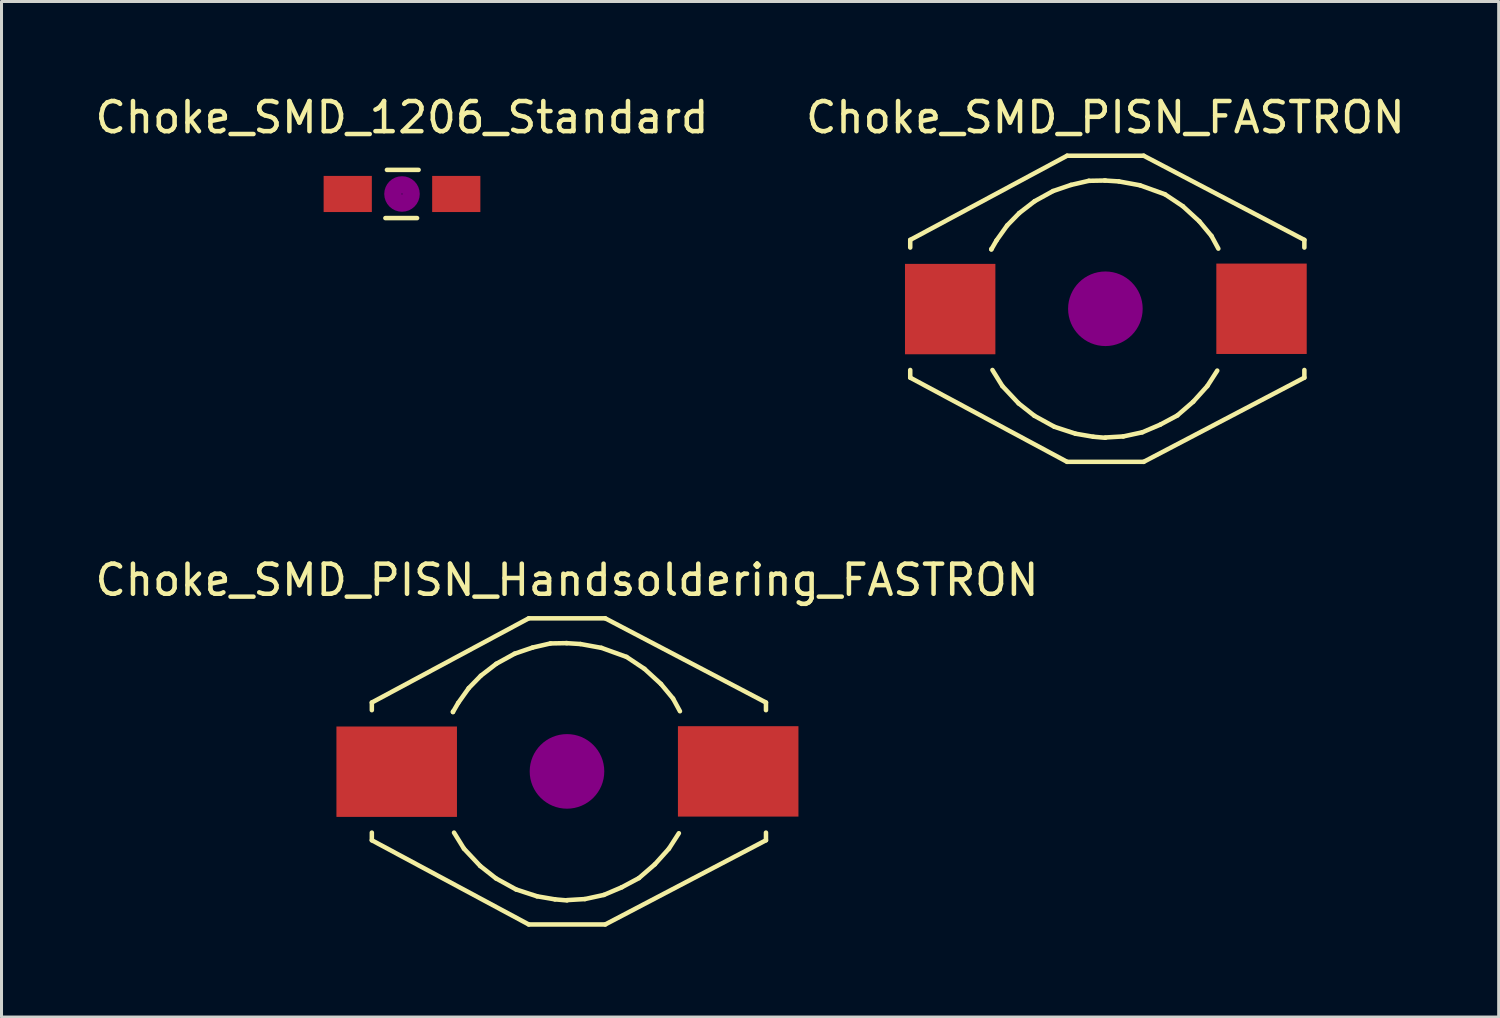
<source format=kicad_pcb>
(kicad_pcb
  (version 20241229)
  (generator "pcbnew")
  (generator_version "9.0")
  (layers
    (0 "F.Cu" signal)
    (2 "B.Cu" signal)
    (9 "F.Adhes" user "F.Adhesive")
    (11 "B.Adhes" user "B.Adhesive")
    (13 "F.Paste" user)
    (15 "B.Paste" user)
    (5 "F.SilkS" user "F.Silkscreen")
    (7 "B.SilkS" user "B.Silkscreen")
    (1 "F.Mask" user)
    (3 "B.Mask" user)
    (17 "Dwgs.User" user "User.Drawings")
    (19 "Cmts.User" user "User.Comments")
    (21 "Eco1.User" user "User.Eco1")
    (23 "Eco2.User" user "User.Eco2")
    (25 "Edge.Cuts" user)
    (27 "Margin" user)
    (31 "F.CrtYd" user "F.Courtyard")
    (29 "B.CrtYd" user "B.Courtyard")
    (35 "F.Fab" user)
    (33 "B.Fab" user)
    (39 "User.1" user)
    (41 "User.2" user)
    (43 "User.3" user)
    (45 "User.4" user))
  (footprint "Choke_SMD_1206_Standard"
    (layer "F.Cu")
    (at 10.292 3.388)
    (property "Reference" "Choke_SMD_1206_Standard" (at 0 -2.54 0) (layer "F.SilkS") (effects (font (size 1 1) (thickness 0.15))))
    (attr smd)
    (fp_line (start -0.551 0.8) (end 0.5 0.8) (stroke (width 0.15) (type solid)) (layer "F.SilkS"))
    (fp_line (start 0.551 -0.8) (end -0.5 -0.8) (stroke (width 0.15) (type solid)) (layer "F.SilkS"))
    (fp_circle (center 0 0) (end 0.201 -0.051) (stroke (width 0.381) (type solid)) (fill no) (layer "F.Adhes"))
    (fp_circle (center 0 0) (end 0.399 0) (stroke (width 0.381) (type solid)) (fill no) (layer "F.Adhes"))
    (pad "1" smd rect (at -1.801 0) (size 1.6 1.199) (layers "F.Cu" "F.Mask" "F.Paste"))
    (pad "2" smd rect (at 1.801 0) (size 1.6 1.199) (layers "F.Cu" "F.Mask" "F.Paste")))
  (footprint "Choke_SMD_PISN_Handsoldering_FASTRON"
    (layer "F.Cu")
    (at 15.768 22.552)
    (property "Reference" "Choke_SMD_PISN_Handsoldering_FASTRON" (at 0 -6.35 0) (layer "F.SilkS") (effects (font (size 1 1) (thickness 0.15))))
    (attr smd)
    (fp_line (start -6.477 -2.286) (end -6.477 -2.032) (stroke (width 0.15) (type solid)) (layer "F.SilkS"))
    (fp_line (start -6.477 2.286) (end -6.477 2.032) (stroke (width 0.15) (type solid)) (layer "F.SilkS"))
    (fp_line (start -3.785 -1.971) (end -3.785 -1.986) (stroke (width 0.15) (type solid)) (layer "F.SilkS"))
    (fp_line (start -3.612 -2.271) (end -3.785 -1.971) (stroke (width 0.15) (type solid)) (layer "F.SilkS"))
    (fp_line (start -3.419 2.565) (end -3.749 2.032) (stroke (width 0.15) (type solid)) (layer "F.SilkS"))
    (fp_line (start -3.261 -2.764) (end -3.612 -2.271) (stroke (width 0.15) (type solid)) (layer "F.SilkS"))
    (fp_line (start -2.88 3.139) (end -3.419 2.565) (stroke (width 0.15) (type solid)) (layer "F.SilkS"))
    (fp_line (start -2.86 -3.175) (end -3.261 -2.764) (stroke (width 0.15) (type solid)) (layer "F.SilkS"))
    (fp_line (start -2.357 3.551) (end -2.88 3.139) (stroke (width 0.15) (type solid)) (layer "F.SilkS"))
    (fp_line (start -2.347 -3.571) (end -2.86 -3.175) (stroke (width 0.15) (type solid)) (layer "F.SilkS"))
    (fp_line (start -1.737 -3.907) (end -2.347 -3.571) (stroke (width 0.15) (type solid)) (layer "F.SilkS"))
    (fp_line (start -1.692 3.917) (end -2.357 3.551) (stroke (width 0.15) (type solid)) (layer "F.SilkS"))
    (fp_line (start -1.27 -5.08) (end -6.477 -2.286) (stroke (width 0.15) (type solid)) (layer "F.SilkS"))
    (fp_line (start -1.27 -5.08) (end 1.27 -5.08) (stroke (width 0.15) (type solid)) (layer "F.SilkS"))
    (fp_line (start -1.27 5.08) (end -6.477 2.286) (stroke (width 0.15) (type solid)) (layer "F.SilkS"))
    (fp_line (start -1.27 5.08) (end 1.27 5.08) (stroke (width 0.15) (type solid)) (layer "F.SilkS"))
    (fp_line (start -1.143 -4.11) (end -1.737 -3.907) (stroke (width 0.15) (type solid)) (layer "F.SilkS"))
    (fp_line (start -0.996 4.145) (end -1.692 3.917) (stroke (width 0.15) (type solid)) (layer "F.SilkS"))
    (fp_line (start -0.549 -4.247) (end -1.143 -4.11) (stroke (width 0.15) (type solid)) (layer "F.SilkS"))
    (fp_line (start -0.401 4.247) (end -0.996 4.145) (stroke (width 0.15) (type solid)) (layer "F.SilkS"))
    (fp_line (start -0.025 -4.257) (end 0.447 -4.227) (stroke (width 0.15) (type solid)) (layer "F.SilkS"))
    (fp_line (start 0 -4.257) (end -0.549 -4.247) (stroke (width 0.15) (type solid)) (layer "F.SilkS"))
    (fp_line (start 0 4.272) (end 0.594 4.237) (stroke (width 0.15) (type solid)) (layer "F.SilkS"))
    (fp_line (start 0 4.282) (end -0.401 4.247) (stroke (width 0.15) (type solid)) (layer "F.SilkS"))
    (fp_line (start 0.447 -4.227) (end 1.143 -4.1) (stroke (width 0.15) (type solid)) (layer "F.SilkS"))
    (fp_line (start 0.594 4.237) (end 1.224 4.1) (stroke (width 0.15) (type solid)) (layer "F.SilkS"))
    (fp_line (start 1.143 -4.1) (end 1.976 -3.8) (stroke (width 0.15) (type solid)) (layer "F.SilkS"))
    (fp_line (start 1.224 4.1) (end 1.819 3.846) (stroke (width 0.15) (type solid)) (layer "F.SilkS"))
    (fp_line (start 1.27 -5.08) (end 6.604 -2.286) (stroke (width 0.15) (type solid)) (layer "F.SilkS"))
    (fp_line (start 1.27 5.08) (end 6.604 2.286) (stroke (width 0.15) (type solid)) (layer "F.SilkS"))
    (fp_line (start 1.819 3.846) (end 2.388 3.541) (stroke (width 0.15) (type solid)) (layer "F.SilkS"))
    (fp_line (start 1.976 -3.8) (end 2.57 -3.404) (stroke (width 0.15) (type solid)) (layer "F.SilkS"))
    (fp_line (start 2.388 3.541) (end 2.916 3.084) (stroke (width 0.15) (type solid)) (layer "F.SilkS"))
    (fp_line (start 2.57 -3.404) (end 3.119 -2.901) (stroke (width 0.15) (type solid)) (layer "F.SilkS"))
    (fp_line (start 2.916 3.084) (end 3.383 2.565) (stroke (width 0.15) (type solid)) (layer "F.SilkS"))
    (fp_line (start 3.119 -2.901) (end 3.52 -2.418) (stroke (width 0.15) (type solid)) (layer "F.SilkS"))
    (fp_line (start 3.383 2.565) (end 3.713 2.052) (stroke (width 0.15) (type solid)) (layer "F.SilkS"))
    (fp_line (start 3.52 -2.418) (end 3.749 -1.996) (stroke (width 0.15) (type solid)) (layer "F.SilkS"))
    (fp_line (start 6.604 -2.286) (end 6.604 -2.032) (stroke (width 0.15) (type solid)) (layer "F.SilkS"))
    (fp_line (start 6.604 2.286) (end 6.604 2.032) (stroke (width 0.15) (type solid)) (layer "F.SilkS"))
    (fp_line (start 0 -0.254) (end 0 0.254) (stroke (width 0.381) (type solid)) (layer "F.Adhes"))
    (fp_circle (center 0 0) (end 0 0.508) (stroke (width 0.381) (type solid)) (fill no) (layer "F.Adhes"))
    (fp_circle (center 0 0) (end 0.254 0) (stroke (width 0.381) (type solid)) (fill no) (layer "F.Adhes"))
    (fp_circle (center 0 0) (end 0.254 0.762) (stroke (width 0.381) (type solid)) (fill no) (layer "F.Adhes"))
    (fp_circle (center 0 0) (end 0.254 1.016) (stroke (width 0.381) (type solid)) (fill no) (layer "F.Adhes"))
    (pad "1" smd rect (at 5.682 0) (size 4 3) (layers "F.Cu" "F.Mask" "F.Paste"))
    (pad "2" smd rect (at -5.652 0.01) (size 4 3) (layers "F.Cu" "F.Mask" "F.Paste")))
  (footprint "Choke_SMD_PISN_FASTRON"
    (layer "F.Cu")
    (at 33.637 7.198)
    (property "Reference" "Choke_SMD_PISN_FASTRON" (at 0 -6.35 0) (layer "F.SilkS") (effects (font (size 1 1) (thickness 0.15))))
    (attr smd)
    (fp_line (start -6.477 -2.286) (end -6.477 -2.032) (stroke (width 0.15) (type solid)) (layer "F.SilkS"))
    (fp_line (start -6.477 2.286) (end -6.477 2.032) (stroke (width 0.15) (type solid)) (layer "F.SilkS"))
    (fp_line (start -3.785 -1.971) (end -3.785 -1.986) (stroke (width 0.15) (type solid)) (layer "F.SilkS"))
    (fp_line (start -3.612 -2.271) (end -3.785 -1.971) (stroke (width 0.15) (type solid)) (layer "F.SilkS"))
    (fp_line (start -3.419 2.565) (end -3.749 2.032) (stroke (width 0.15) (type solid)) (layer "F.SilkS"))
    (fp_line (start -3.261 -2.764) (end -3.612 -2.271) (stroke (width 0.15) (type solid)) (layer "F.SilkS"))
    (fp_line (start -2.88 3.139) (end -3.419 2.565) (stroke (width 0.15) (type solid)) (layer "F.SilkS"))
    (fp_line (start -2.86 -3.175) (end -3.261 -2.764) (stroke (width 0.15) (type solid)) (layer "F.SilkS"))
    (fp_line (start -2.357 3.551) (end -2.88 3.139) (stroke (width 0.15) (type solid)) (layer "F.SilkS"))
    (fp_line (start -2.347 -3.571) (end -2.86 -3.175) (stroke (width 0.15) (type solid)) (layer "F.SilkS"))
    (fp_line (start -1.737 -3.907) (end -2.347 -3.571) (stroke (width 0.15) (type solid)) (layer "F.SilkS"))
    (fp_line (start -1.692 3.917) (end -2.357 3.551) (stroke (width 0.15) (type solid)) (layer "F.SilkS"))
    (fp_line (start -1.27 -5.08) (end -6.477 -2.286) (stroke (width 0.15) (type solid)) (layer "F.SilkS"))
    (fp_line (start -1.27 -5.08) (end 1.27 -5.08) (stroke (width 0.15) (type solid)) (layer "F.SilkS"))
    (fp_line (start -1.27 5.08) (end -6.477 2.286) (stroke (width 0.15) (type solid)) (layer "F.SilkS"))
    (fp_line (start -1.27 5.08) (end 1.27 5.08) (stroke (width 0.15) (type solid)) (layer "F.SilkS"))
    (fp_line (start -1.143 -4.11) (end -1.737 -3.907) (stroke (width 0.15) (type solid)) (layer "F.SilkS"))
    (fp_line (start -0.996 4.145) (end -1.692 3.917) (stroke (width 0.15) (type solid)) (layer "F.SilkS"))
    (fp_line (start -0.549 -4.247) (end -1.143 -4.11) (stroke (width 0.15) (type solid)) (layer "F.SilkS"))
    (fp_line (start -0.401 4.247) (end -0.996 4.145) (stroke (width 0.15) (type solid)) (layer "F.SilkS"))
    (fp_line (start -0.025 -4.257) (end 0.447 -4.227) (stroke (width 0.15) (type solid)) (layer "F.SilkS"))
    (fp_line (start 0 -4.257) (end -0.549 -4.247) (stroke (width 0.15) (type solid)) (layer "F.SilkS"))
    (fp_line (start 0 4.272) (end 0.594 4.237) (stroke (width 0.15) (type solid)) (layer "F.SilkS"))
    (fp_line (start 0 4.282) (end -0.401 4.247) (stroke (width 0.15) (type solid)) (layer "F.SilkS"))
    (fp_line (start 0.447 -4.227) (end 1.143 -4.1) (stroke (width 0.15) (type solid)) (layer "F.SilkS"))
    (fp_line (start 0.594 4.237) (end 1.224 4.1) (stroke (width 0.15) (type solid)) (layer "F.SilkS"))
    (fp_line (start 1.143 -4.1) (end 1.976 -3.8) (stroke (width 0.15) (type solid)) (layer "F.SilkS"))
    (fp_line (start 1.224 4.1) (end 1.819 3.846) (stroke (width 0.15) (type solid)) (layer "F.SilkS"))
    (fp_line (start 1.27 -5.08) (end 6.604 -2.286) (stroke (width 0.15) (type solid)) (layer "F.SilkS"))
    (fp_line (start 1.27 5.08) (end 6.604 2.286) (stroke (width 0.15) (type solid)) (layer "F.SilkS"))
    (fp_line (start 1.819 3.846) (end 2.388 3.541) (stroke (width 0.15) (type solid)) (layer "F.SilkS"))
    (fp_line (start 1.976 -3.8) (end 2.57 -3.404) (stroke (width 0.15) (type solid)) (layer "F.SilkS"))
    (fp_line (start 2.388 3.541) (end 2.916 3.084) (stroke (width 0.15) (type solid)) (layer "F.SilkS"))
    (fp_line (start 2.57 -3.404) (end 3.119 -2.901) (stroke (width 0.15) (type solid)) (layer "F.SilkS"))
    (fp_line (start 2.916 3.084) (end 3.383 2.565) (stroke (width 0.15) (type solid)) (layer "F.SilkS"))
    (fp_line (start 3.119 -2.901) (end 3.52 -2.418) (stroke (width 0.15) (type solid)) (layer "F.SilkS"))
    (fp_line (start 3.383 2.565) (end 3.713 2.052) (stroke (width 0.15) (type solid)) (layer "F.SilkS"))
    (fp_line (start 3.52 -2.418) (end 3.749 -1.996) (stroke (width 0.15) (type solid)) (layer "F.SilkS"))
    (fp_line (start 6.604 -2.286) (end 6.604 -2.032) (stroke (width 0.15) (type solid)) (layer "F.SilkS"))
    (fp_line (start 6.604 2.286) (end 6.604 2.032) (stroke (width 0.15) (type solid)) (layer "F.SilkS"))
    (fp_line (start 0 -0.254) (end 0 0.254) (stroke (width 0.381) (type solid)) (layer "F.Adhes"))
    (fp_circle (center 0 0) (end 0 0.508) (stroke (width 0.381) (type solid)) (fill no) (layer "F.Adhes"))
    (fp_circle (center 0 0) (end 0.254 0) (stroke (width 0.381) (type solid)) (fill no) (layer "F.Adhes"))
    (fp_circle (center 0 0) (end 0.254 0.762) (stroke (width 0.381) (type solid)) (fill no) (layer "F.Adhes"))
    (fp_circle (center 0 0) (end 0.254 1.016) (stroke (width 0.381) (type solid)) (fill no) (layer "F.Adhes"))
    (pad "1" smd rect (at 5.182 0) (size 3 3) (layers "F.Cu" "F.Mask" "F.Paste"))
    (pad "2" smd rect (at -5.151 0.01) (size 3 3) (layers "F.Cu" "F.Mask" "F.Paste")))
  (gr_rect
    (start -3 -3)
    (end 46.69 30.706)
    (stroke (width 0.1) (type default))
    (fill no)
    (layer "Edge.Cuts")))
</source>
